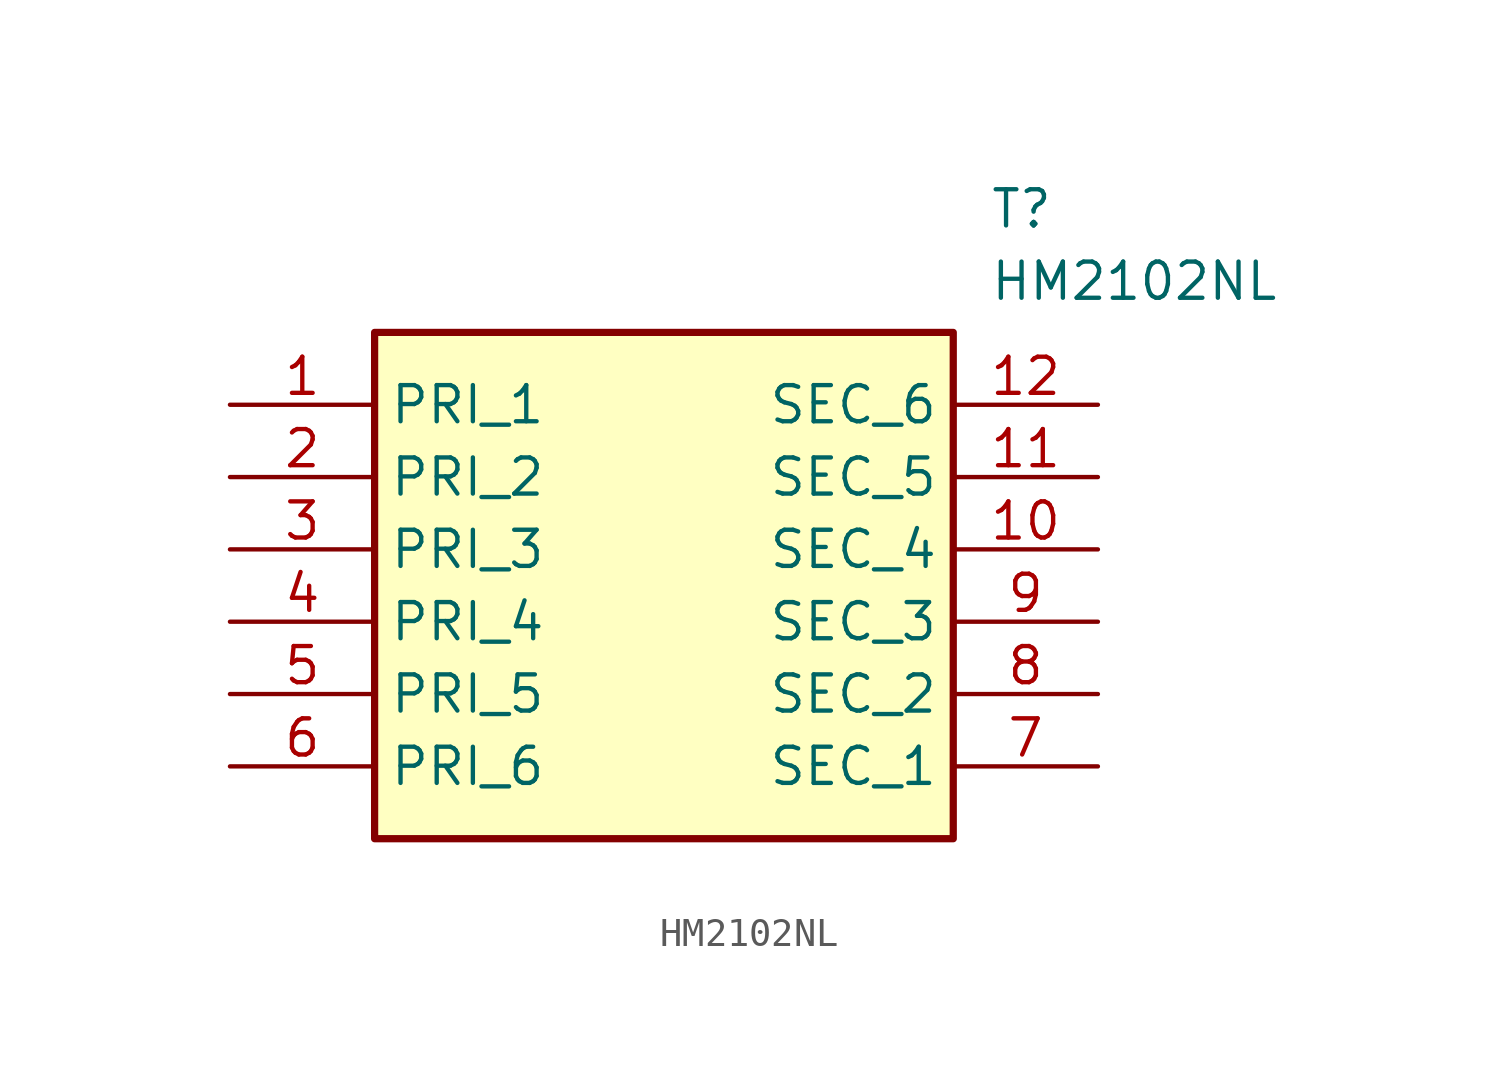
<source format=kicad_sym>
(kicad_symbol_lib
  (version 20211014)
  (generator SamacSys_ECAD_Model)
  (symbol "HM2102NL"
    (property "Reference" "T"
      (at 26.67 7.62 0)
      (effects (font (size 1.27 1.27)) (justify left top)))
    (property "Value" "HM2102NL"
      (at 26.67 5.08 0)
      (effects (font (size 1.27 1.27)) (justify left top)))
    (rectangle
      (start 5.08 2.54)
      (end 25.4 -15.24)
      (stroke (width 0.254) (type default))
      (fill (type background)))
    (pin passive line
      (at 0 0 0)
      (length 5.08)
      (name "PRI_1" (effects (font (size 1.27 1.27))))
      (number "1" (effects (font (size 1.27 1.27)))))
    (pin passive line
      (at 0 -2.54 0)
      (length 5.08)
      (name "PRI_2" (effects (font (size 1.27 1.27))))
      (number "2" (effects (font (size 1.27 1.27)))))
    (pin passive line
      (at 0 -5.08 0)
      (length 5.08)
      (name "PRI_3" (effects (font (size 1.27 1.27))))
      (number "3" (effects (font (size 1.27 1.27)))))
    (pin passive line
      (at 0 -7.62 0)
      (length 5.08)
      (name "PRI_4" (effects (font (size 1.27 1.27))))
      (number "4" (effects (font (size 1.27 1.27)))))
    (pin passive line
      (at 0 -10.16 0)
      (length 5.08)
      (name "PRI_5" (effects (font (size 1.27 1.27))))
      (number "5" (effects (font (size 1.27 1.27)))))
    (pin passive line
      (at 0 -12.7 0)
      (length 5.08)
      (name "PRI_6" (effects (font (size 1.27 1.27))))
      (number "6" (effects (font (size 1.27 1.27)))))
    (pin passive line
      (at 30.48 0 180)
      (length 5.08)
      (name "SEC_6" (effects (font (size 1.27 1.27))))
      (number "12" (effects (font (size 1.27 1.27)))))
    (pin passive line
      (at 30.48 -2.54 180)
      (length 5.08)
      (name "SEC_5" (effects (font (size 1.27 1.27))))
      (number "11" (effects (font (size 1.27 1.27)))))
    (pin passive line
      (at 30.48 -5.08 180)
      (length 5.08)
      (name "SEC_4" (effects (font (size 1.27 1.27))))
      (number "10" (effects (font (size 1.27 1.27)))))
    (pin passive line
      (at 30.48 -7.62 180)
      (length 5.08)
      (name "SEC_3" (effects (font (size 1.27 1.27))))
      (number "9" (effects (font (size 1.27 1.27)))))
    (pin passive line
      (at 30.48 -10.16 180)
      (length 5.08)
      (name "SEC_2" (effects (font (size 1.27 1.27))))
      (number "8" (effects (font (size 1.27 1.27)))))
    (pin passive line
      (at 30.48 -12.7 180)
      (length 5.08)
      (name "SEC_1" (effects (font (size 1.27 1.27))))
      (number "7" (effects (font (size 1.27 1.27)))))))
</source>
